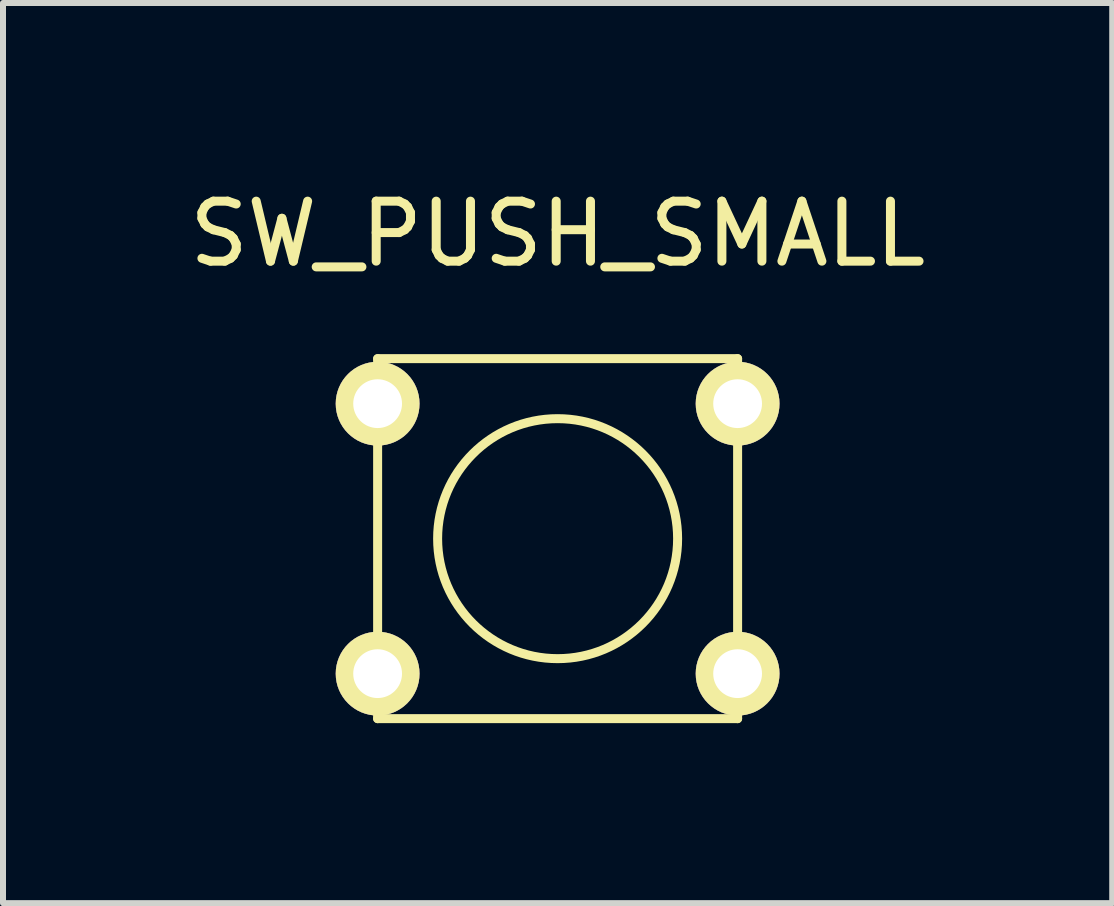
<source format=kicad_pcb>
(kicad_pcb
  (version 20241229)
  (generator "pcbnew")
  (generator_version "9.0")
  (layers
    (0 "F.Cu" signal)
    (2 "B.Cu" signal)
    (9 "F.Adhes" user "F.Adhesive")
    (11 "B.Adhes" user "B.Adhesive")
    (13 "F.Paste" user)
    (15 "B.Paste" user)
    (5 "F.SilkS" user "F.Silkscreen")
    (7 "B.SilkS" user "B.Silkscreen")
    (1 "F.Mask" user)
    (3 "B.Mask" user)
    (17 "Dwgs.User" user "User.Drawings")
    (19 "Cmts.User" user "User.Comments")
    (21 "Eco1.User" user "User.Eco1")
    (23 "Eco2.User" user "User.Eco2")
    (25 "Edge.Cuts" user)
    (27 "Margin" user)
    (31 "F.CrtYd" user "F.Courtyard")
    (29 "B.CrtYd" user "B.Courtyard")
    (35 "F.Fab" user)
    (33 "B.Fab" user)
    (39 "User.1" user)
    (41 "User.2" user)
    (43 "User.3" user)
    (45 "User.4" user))
  (footprint "SW_PUSH_SMALL"
    (layer "F.Cu")
    (at 6.244 5.928)
    (property "Reference" "SW_PUSH_SMALL" (at 0 -5.08 0) (layer "F.SilkS") (effects (font (size 1 1) (thickness 0.15))))
    (attr through_hole)
    (fp_line (start -3 -3) (end -3 3) (stroke (width 0.15) (type solid)) (layer "F.SilkS"))
    (fp_line (start -3 -3) (end 3 -3) (stroke (width 0.15) (type solid)) (layer "F.SilkS"))
    (fp_line (start 3 -3) (end 3 3) (stroke (width 0.15) (type solid)) (layer "F.SilkS"))
    (fp_line (start 3 3) (end -3 3) (stroke (width 0.15) (type solid)) (layer "F.SilkS"))
    (fp_circle (center 0 0) (end 0 -2) (stroke (width 0.15) (type solid)) (fill no) (layer "F.SilkS"))
    (pad "1" thru_hole circle (at -3 -2.25) (size 1.397 1.397) (drill 0.813) (layers "*.Cu" "*.Mask" "F.SilkS"))
    (pad "1" thru_hole circle (at 3 -2.25) (size 1.397 1.397) (drill 0.813) (layers "*.Cu" "*.Mask" "F.SilkS"))
    (pad "2" thru_hole circle (at -3 2.25) (size 1.397 1.397) (drill 0.813) (layers "*.Cu" "*.Mask" "F.SilkS"))
    (pad "2" thru_hole circle (at 3 2.25) (size 1.397 1.397) (drill 0.813) (layers "*.Cu" "*.Mask" "F.SilkS")))
  (gr_rect
    (start -3 -3)
    (end 15.488 12.003)
    (stroke (width 0.1) (type default))
    (fill no)
    (layer "Edge.Cuts")))
</source>
